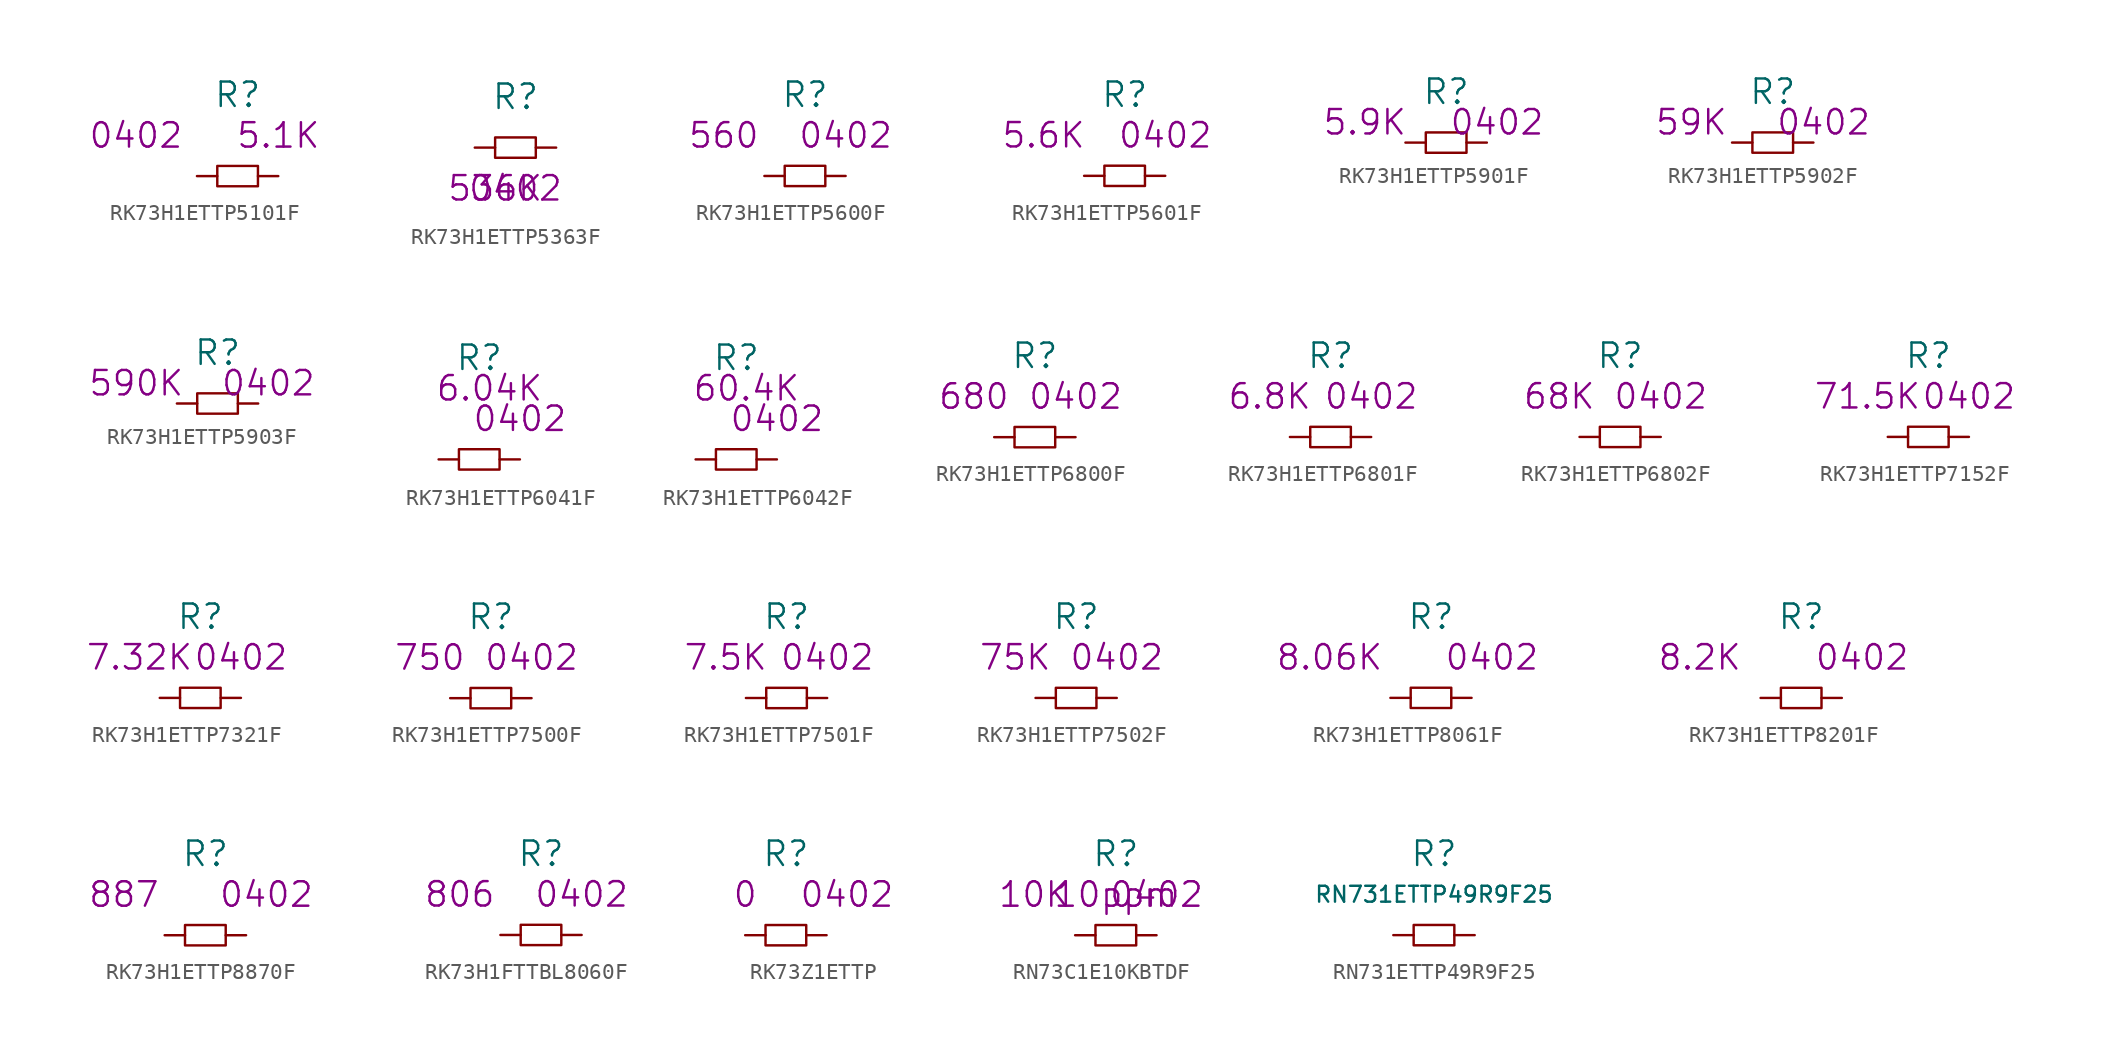
<source format=kicad_sym>
(kicad_symbol_lib
  (version 20220914)
  (generator kicad_symbol_editor)
  (symbol "RK73H1ETTP5101F"
    (pin_numbers hide)
    (pin_names
      (offset 1.016) hide)
    (property "Reference" "R"
      (at 0 5.08 0)
      (effects (font (size 1.524 1.524))))
    (property "Size" "0402"
      (at -6.35 2.54 0)
      (effects (font (size 1.524 1.524))))
    (property "Value2" "5.1K"
      (at 2.54 2.54 0)
      (effects (font (size 1.524 1.524))))
    (symbol "RK73H1ETTP5101F_0_1"
      (rectangle (start -1.27 0.635) (end 1.27 -0.635) (stroke (width 0) (type solid)) (fill (type none))))
    (symbol "RK73H1ETTP5101F_1_1"
      (pin passive line (at -2.54 0 0) (length 1.27) (name "1" (effects (font (size 1.27 1.27)))) (number "1" (effects (font (size 1.27 1.27)))))
      (pin passive line (at 2.54 0 180) (length 1.27) (name "2" (effects (font (size 1.27 1.27)))) (number "2" (effects (font (size 1.27 1.27)))))))
  (symbol "RK73H1ETTP5363F"
    (pin_numbers hide)
    (pin_names
      (offset 1.016) hide)
    (property "Reference" "R"
      (at 0 3.175 0)
      (effects (font (size 1.524 1.524))))
    (property "Value2" "536K"
      (at -1.27 -2.54 0)
      (effects (font (size 1.524 1.524))))
    (property "Size" "0402"
      (at 0 -2.54 0)
      (effects (font (size 1.524 1.524))))
    (symbol "RK73H1ETTP5363F_0_1"
      (rectangle (start -1.27 0.635) (end 1.27 -0.635) (stroke (width 0) (type solid)) (fill (type none))))
    (symbol "RK73H1ETTP5363F_1_1"
      (pin passive line (at -2.54 0 0) (length 1.27) (name "1" (effects (font (size 1.27 1.27)))) (number "1" (effects (font (size 1.27 1.27)))))
      (pin passive line (at 2.54 0 180) (length 1.27) (name "2" (effects (font (size 1.27 1.27)))) (number "2" (effects (font (size 1.27 1.27)))))))
  (symbol "RK73H1ETTP5600F"
    (pin_numbers hide)
    (pin_names
      (offset 1.016) hide)
    (property "Reference" "R"
      (at 0 5.08 0)
      (effects (font (size 1.524 1.524))))
    (property "Value2" "560"
      (at -5.08 2.54 0)
      (effects (font (size 1.524 1.524))))
    (property "Size" "0402"
      (at 2.54 2.54 0)
      (effects (font (size 1.524 1.524))))
    (symbol "RK73H1ETTP5600F_0_1"
      (rectangle (start -1.27 0.635) (end 1.27 -0.635) (stroke (width 0) (type solid)) (fill (type none))))
    (symbol "RK73H1ETTP5600F_1_1"
      (pin passive line (at -2.54 0 0) (length 1.27) (name "1" (effects (font (size 1.27 1.27)))) (number "1" (effects (font (size 1.27 1.27)))))
      (pin passive line (at 2.54 0 180) (length 1.27) (name "2" (effects (font (size 1.27 1.27)))) (number "2" (effects (font (size 1.27 1.27)))))))
  (symbol "RK73H1ETTP5601F"
    (pin_numbers hide)
    (pin_names
      (offset 1.016) hide)
    (property "Reference" "R"
      (at 0 5.08 0)
      (effects (font (size 1.524 1.524))))
    (property "Value2" "5.6K"
      (at -5.08 2.54 0)
      (effects (font (size 1.524 1.524))))
    (property "Size" "0402"
      (at 2.54 2.54 0)
      (effects (font (size 1.524 1.524))))
    (symbol "RK73H1ETTP5601F_0_1"
      (rectangle (start -1.27 0.635) (end 1.27 -0.635) (stroke (width 0) (type solid)) (fill (type none))))
    (symbol "RK73H1ETTP5601F_1_1"
      (pin passive line (at -2.54 0 0) (length 1.27) (name "1" (effects (font (size 1.27 1.27)))) (number "1" (effects (font (size 1.27 1.27)))))
      (pin passive line (at 2.54 0 180) (length 1.27) (name "2" (effects (font (size 1.27 1.27)))) (number "2" (effects (font (size 1.27 1.27)))))))
  (symbol "RK73H1ETTP5901F"
    (pin_numbers hide)
    (pin_names
      (offset 1.016) hide)
    (property "Reference" "R"
      (at 0 3.175 0)
      (effects (font (size 1.524 1.524))))
    (property "Value2" "5.9K"
      (at -5.08 1.27 0)
      (effects (font (size 1.524 1.524))))
    (property "Size" "0402"
      (at 3.175 1.27 0)
      (effects (font (size 1.524 1.524))))
    (symbol "RK73H1ETTP5901F_0_1"
      (rectangle (start -1.27 0.635) (end 1.27 -0.635) (stroke (width 0) (type solid)) (fill (type none))))
    (symbol "RK73H1ETTP5901F_1_1"
      (pin passive line (at -2.54 0 0) (length 1.27) (name "1" (effects (font (size 1.27 1.27)))) (number "1" (effects (font (size 1.27 1.27)))))
      (pin passive line (at 2.54 0 180) (length 1.27) (name "2" (effects (font (size 1.27 1.27)))) (number "2" (effects (font (size 1.27 1.27)))))))
  (symbol "RK73H1ETTP5902F"
    (pin_numbers hide)
    (pin_names
      (offset 1.016) hide)
    (property "Reference" "R"
      (at 0 3.175 0)
      (effects (font (size 1.524 1.524))))
    (property "Value2" "59K"
      (at -5.08 1.27 0)
      (effects (font (size 1.524 1.524))))
    (property "Size" "0402"
      (at 3.175 1.27 0)
      (effects (font (size 1.524 1.524))))
    (symbol "RK73H1ETTP5902F_0_1"
      (rectangle (start -1.27 0.635) (end 1.27 -0.635) (stroke (width 0) (type solid)) (fill (type none))))
    (symbol "RK73H1ETTP5902F_1_1"
      (pin passive line (at -2.54 0 0) (length 1.27) (name "1" (effects (font (size 1.27 1.27)))) (number "1" (effects (font (size 1.27 1.27)))))
      (pin passive line (at 2.54 0 180) (length 1.27) (name "2" (effects (font (size 1.27 1.27)))) (number "2" (effects (font (size 1.27 1.27)))))))
  (symbol "RK73H1ETTP5903F"
    (pin_numbers hide)
    (pin_names
      (offset 1.016) hide)
    (property "Reference" "R"
      (at 0 3.175 0)
      (effects (font (size 1.524 1.524))))
    (property "Value2" "590K"
      (at -5.08 1.27 0)
      (effects (font (size 1.524 1.524))))
    (property "Size" "0402"
      (at 3.175 1.27 0)
      (effects (font (size 1.524 1.524))))
    (symbol "RK73H1ETTP5903F_0_1"
      (rectangle (start -1.27 0.635) (end 1.27 -0.635) (stroke (width 0) (type solid)) (fill (type none))))
    (symbol "RK73H1ETTP5903F_1_1"
      (pin input line (at -2.54 0 0) (length 1.27) (name "1" (effects (font (size 1.27 1.27)))) (number "1" (effects (font (size 1.27 1.27)))))
      (pin input line (at 2.54 0 180) (length 1.27) (name "2" (effects (font (size 1.27 1.27)))) (number "2" (effects (font (size 1.27 1.27)))))))
  (symbol "RK73H1ETTP6041F"
    (pin_numbers hide)
    (pin_names
      (offset 1.016) hide)
    (property "Reference" "R"
      (at 0 6.35 0)
      (effects (font (size 1.524 1.524))))
    (property "Size" "0402"
      (at 2.54 2.54 0)
      (effects (font (size 1.524 1.524))))
    (property "Value2" "6.04K"
      (at 0.635 4.445 0)
      (effects (font (size 1.524 1.524))))
    (symbol "RK73H1ETTP6041F_0_1"
      (rectangle (start -1.27 0.635) (end 1.27 -0.635) (stroke (width 0) (type solid)) (fill (type none))))
    (symbol "RK73H1ETTP6041F_1_1"
      (pin passive line (at -2.54 0 0) (length 1.27) (name "1" (effects (font (size 1.27 1.27)))) (number "1" (effects (font (size 1.27 1.27)))))
      (pin passive line (at 2.54 0 180) (length 1.27) (name "2" (effects (font (size 1.27 1.27)))) (number "2" (effects (font (size 1.27 1.27)))))))
  (symbol "RK73H1ETTP6042F"
    (pin_numbers hide)
    (pin_names
      (offset 1.016) hide)
    (property "Reference" "R"
      (at 0 6.35 0)
      (effects (font (size 1.524 1.524))))
    (property "Size" "0402"
      (at 2.54 2.54 0)
      (effects (font (size 1.524 1.524))))
    (property "Value2" "60.4K"
      (at 0.635 4.445 0)
      (effects (font (size 1.524 1.524))))
    (symbol "RK73H1ETTP6042F_0_1"
      (rectangle (start -1.27 0.635) (end 1.27 -0.635) (stroke (width 0) (type solid)) (fill (type none))))
    (symbol "RK73H1ETTP6042F_1_1"
      (pin passive line (at -2.54 0 0) (length 1.27) (name "1" (effects (font (size 1.27 1.27)))) (number "1" (effects (font (size 1.27 1.27)))))
      (pin passive line (at 2.54 0 180) (length 1.27) (name "2" (effects (font (size 1.27 1.27)))) (number "2" (effects (font (size 1.27 1.27)))))))
  (symbol "RK73H1ETTP6800F"
    (pin_numbers hide)
    (pin_names
      (offset 1.016) hide)
    (property "Reference" "R"
      (at 0 5.08 0)
      (effects (font (size 1.524 1.524))))
    (property "Datasheet" ""
      (at 0 5.08 0)
      (effects (font (size 1.524 1.524))))
    (property "Size" "0402"
      (at 2.54 2.54 0)
      (effects (font (size 1.524 1.524))))
    (property "Value2" "680"
      (at -3.81 2.54 0)
      (effects (font (size 1.524 1.524))))
    (symbol "RK73H1ETTP6800F_0_1"
      (rectangle (start -1.27 0.635) (end 1.27 -0.635) (stroke (width 0) (type solid)) (fill (type none))))
    (symbol "RK73H1ETTP6800F_1_1"
      (pin passive line (at -2.54 0 0) (length 1.27) (name "1" (effects (font (size 1.27 1.27)))) (number "1" (effects (font (size 1.27 1.27)))))
      (pin passive line (at 2.54 0 180) (length 1.27) (name "2" (effects (font (size 1.27 1.27)))) (number "2" (effects (font (size 1.27 1.27)))))))
  (symbol "RK73H1ETTP6801F"
    (pin_numbers hide)
    (pin_names
      (offset 1.016) hide)
    (property "Reference" "R"
      (at 0 5.08 0)
      (effects (font (size 1.524 1.524))))
    (property "Datasheet" ""
      (at 0 5.08 0)
      (effects (font (size 1.524 1.524))))
    (property "Size" "0402"
      (at 2.54 2.54 0)
      (effects (font (size 1.524 1.524))))
    (property "Value2" "6.8K"
      (at -3.81 2.54 0)
      (effects (font (size 1.524 1.524))))
    (symbol "RK73H1ETTP6801F_0_1"
      (rectangle (start -1.27 0.635) (end 1.27 -0.635) (stroke (width 0) (type solid)) (fill (type none))))
    (symbol "RK73H1ETTP6801F_1_1"
      (pin passive line (at -2.54 0 0) (length 1.27) (name "1" (effects (font (size 1.27 1.27)))) (number "1" (effects (font (size 1.27 1.27)))))
      (pin passive line (at 2.54 0 180) (length 1.27) (name "2" (effects (font (size 1.27 1.27)))) (number "2" (effects (font (size 1.27 1.27)))))))
  (symbol "RK73H1ETTP6802F"
    (pin_numbers hide)
    (pin_names
      (offset 1.016) hide)
    (property "Reference" "R"
      (at 0 5.08 0)
      (effects (font (size 1.524 1.524))))
    (property "Datasheet" ""
      (at 0 5.08 0)
      (effects (font (size 1.524 1.524))))
    (property "Size" "0402"
      (at 2.54 2.54 0)
      (effects (font (size 1.524 1.524))))
    (property "Value2" "68K"
      (at -3.81 2.54 0)
      (effects (font (size 1.524 1.524))))
    (symbol "RK73H1ETTP6802F_0_1"
      (rectangle (start -1.27 0.635) (end 1.27 -0.635) (stroke (width 0) (type solid)) (fill (type none))))
    (symbol "RK73H1ETTP6802F_1_1"
      (pin passive line (at -2.54 0 0) (length 1.27) (name "1" (effects (font (size 1.27 1.27)))) (number "1" (effects (font (size 1.27 1.27)))))
      (pin passive line (at 2.54 0 180) (length 1.27) (name "2" (effects (font (size 1.27 1.27)))) (number "2" (effects (font (size 1.27 1.27)))))))
  (symbol "RK73H1ETTP7152F"
    (pin_numbers hide)
    (pin_names
      (offset 1.016) hide)
    (property "Reference" "R"
      (at 0 5.08 0)
      (effects (font (size 1.524 1.524))))
    (property "Datasheet" ""
      (at 0 5.08 0)
      (effects (font (size 1.524 1.524))))
    (property "Size" "0402"
      (at 2.54 2.54 0)
      (effects (font (size 1.524 1.524))))
    (property "Value2" "71.5K"
      (at -3.81 2.54 0)
      (effects (font (size 1.524 1.524))))
    (symbol "RK73H1ETTP7152F_0_1"
      (rectangle (start -1.27 0.635) (end 1.27 -0.635) (stroke (width 0) (type solid)) (fill (type none))))
    (symbol "RK73H1ETTP7152F_1_1"
      (pin passive line (at -2.54 0 0) (length 1.27) (name "1" (effects (font (size 1.27 1.27)))) (number "1" (effects (font (size 1.27 1.27)))))
      (pin passive line (at 2.54 0 180) (length 1.27) (name "2" (effects (font (size 1.27 1.27)))) (number "2" (effects (font (size 1.27 1.27)))))))
  (symbol "RK73H1ETTP7321F"
    (pin_numbers hide)
    (pin_names
      (offset 1.016) hide)
    (property "Reference" "R"
      (at 0 5.08 0)
      (effects (font (size 1.524 1.524))))
    (property "Datasheet" ""
      (at 0 5.08 0)
      (effects (font (size 1.524 1.524))))
    (property "Value2" "7.32K"
      (at -3.81 2.54 0)
      (effects (font (size 1.524 1.524))))
    (property "Size" "0402"
      (at 2.54 2.54 0)
      (effects (font (size 1.524 1.524))))
    (symbol "RK73H1ETTP7321F_0_1"
      (rectangle (start -1.27 0.635) (end 1.27 -0.635) (stroke (width 0) (type solid)) (fill (type none))))
    (symbol "RK73H1ETTP7321F_1_1"
      (pin passive line (at -2.54 0 0) (length 1.27) (name "1" (effects (font (size 1.27 1.27)))) (number "1" (effects (font (size 1.27 1.27)))))
      (pin passive line (at 2.54 0 180) (length 1.27) (name "2" (effects (font (size 1.27 1.27)))) (number "2" (effects (font (size 1.27 1.27)))))))
  (symbol "RK73H1ETTP7500F"
    (pin_numbers hide)
    (pin_names
      (offset 1.016) hide)
    (property "Reference" "R"
      (at 0 5.08 0)
      (effects (font (size 1.524 1.524))))
    (property "Footprint" ""
      (at 0 0 0)
      (effects (font (size 1.524 1.524))))
    (property "Datasheet" ""
      (at 0 5.08 0)
      (effects (font (size 1.524 1.524))))
    (property "Value2" "750"
      (at -3.81 2.54 0)
      (effects (font (size 1.524 1.524))))
    (property "Size" "0402"
      (at 2.54 2.54 0)
      (effects (font (size 1.524 1.524))))
    (symbol "RK73H1ETTP7500F_0_1"
      (rectangle (start -1.27 0.635) (end 1.27 -0.635) (stroke (width 0) (type solid)) (fill (type none))))
    (symbol "RK73H1ETTP7500F_1_1"
      (pin passive line (at -2.54 0 0) (length 1.27) (name "1" (effects (font (size 1.27 1.27)))) (number "1" (effects (font (size 1.27 1.27)))))
      (pin passive line (at 2.54 0 180) (length 1.27) (name "2" (effects (font (size 1.27 1.27)))) (number "2" (effects (font (size 1.27 1.27)))))))
  (symbol "RK73H1ETTP7501F"
    (pin_numbers hide)
    (pin_names
      (offset 1.016) hide)
    (property "Reference" "R"
      (at 0 5.08 0)
      (effects (font (size 1.524 1.524))))
    (property "Datasheet" ""
      (at 0 5.08 0)
      (effects (font (size 1.524 1.524))))
    (property "Value2" "7.5K"
      (at -3.81 2.54 0)
      (effects (font (size 1.524 1.524))))
    (property "Size" "0402"
      (at 2.54 2.54 0)
      (effects (font (size 1.524 1.524))))
    (symbol "RK73H1ETTP7501F_0_1"
      (rectangle (start -1.27 0.635) (end 1.27 -0.635) (stroke (width 0) (type solid)) (fill (type none))))
    (symbol "RK73H1ETTP7501F_1_1"
      (pin passive line (at -2.54 0 0) (length 1.27) (name "1" (effects (font (size 1.27 1.27)))) (number "1" (effects (font (size 1.27 1.27)))))
      (pin passive line (at 2.54 0 180) (length 1.27) (name "2" (effects (font (size 1.27 1.27)))) (number "2" (effects (font (size 1.27 1.27)))))))
  (symbol "RK73H1ETTP7502F"
    (pin_numbers hide)
    (pin_names
      (offset 1.016) hide)
    (property "Reference" "R"
      (at 0 5.08 0)
      (effects (font (size 1.524 1.524))))
    (property "Datasheet" ""
      (at 0 5.08 0)
      (effects (font (size 1.524 1.524))))
    (property "Value2" "75K"
      (at -3.81 2.54 0)
      (effects (font (size 1.524 1.524))))
    (property "Size" "0402"
      (at 2.54 2.54 0)
      (effects (font (size 1.524 1.524))))
    (symbol "RK73H1ETTP7502F_0_1"
      (rectangle (start -1.27 0.635) (end 1.27 -0.635) (stroke (width 0) (type solid)) (fill (type none))))
    (symbol "RK73H1ETTP7502F_1_1"
      (pin passive line (at -2.54 0 0) (length 1.27) (name "1" (effects (font (size 1.27 1.27)))) (number "1" (effects (font (size 1.27 1.27)))))
      (pin passive line (at 2.54 0 180) (length 1.27) (name "2" (effects (font (size 1.27 1.27)))) (number "2" (effects (font (size 1.27 1.27)))))))
  (symbol "RK73H1ETTP8061F"
    (pin_numbers hide)
    (pin_names
      (offset 1.016) hide)
    (property "Reference" "R"
      (at 0 5.08 0)
      (effects (font (size 1.524 1.524))))
    (property "Datasheet" ""
      (at 0 0 0)
      (effects (font (size 1.524 1.524))))
    (property "Value2" "8.06K"
      (at -6.35 2.54 0)
      (effects (font (size 1.524 1.524))))
    (property "Size" "0402"
      (at 3.81 2.54 0)
      (effects (font (size 1.524 1.524))))
    (symbol "RK73H1ETTP8061F_0_1"
      (rectangle (start -1.27 0.635) (end 1.27 -0.635) (stroke (width 0) (type solid)) (fill (type none))))
    (symbol "RK73H1ETTP8061F_1_1"
      (pin passive line (at -2.54 0 0) (length 1.27) (name "1" (effects (font (size 1.27 1.27)))) (number "1" (effects (font (size 1.27 1.27)))))
      (pin passive line (at 2.54 0 180) (length 1.27) (name "2" (effects (font (size 1.27 1.27)))) (number "2" (effects (font (size 1.27 1.27)))))))
  (symbol "RK73H1ETTP8201F"
    (pin_numbers hide)
    (pin_names
      (offset 1.016) hide)
    (property "Reference" "R"
      (at 0 5.08 0)
      (effects (font (size 1.524 1.524))))
    (property "Datasheet" ""
      (at 0 0 0)
      (effects (font (size 1.524 1.524))))
    (property "Value2" "8.2K"
      (at -6.35 2.54 0)
      (effects (font (size 1.524 1.524))))
    (property "Size" "0402"
      (at 3.81 2.54 0)
      (effects (font (size 1.524 1.524))))
    (symbol "RK73H1ETTP8201F_0_1"
      (rectangle (start -1.27 0.635) (end 1.27 -0.635) (stroke (width 0) (type solid)) (fill (type none))))
    (symbol "RK73H1ETTP8201F_1_1"
      (pin passive line (at -2.54 0 0) (length 1.27) (name "1" (effects (font (size 1.27 1.27)))) (number "1" (effects (font (size 1.27 1.27)))))
      (pin passive line (at 2.54 0 180) (length 1.27) (name "2" (effects (font (size 1.27 1.27)))) (number "2" (effects (font (size 1.27 1.27)))))))
  (symbol "RK73H1ETTP8870F"
    (pin_numbers hide)
    (pin_names
      (offset 1.016) hide)
    (property "Reference" "R"
      (at 0 5.08 0)
      (effects (font (size 1.524 1.524))))
    (property "Datasheet" ""
      (at 0 5.08 0)
      (effects (font (size 1.524 1.524))))
    (property "Value2" "887"
      (at -5.08 2.54 0)
      (effects (font (size 1.524 1.524))))
    (property "Size" "0402"
      (at 3.81 2.54 0)
      (effects (font (size 1.524 1.524))))
    (symbol "RK73H1ETTP8870F_0_1"
      (rectangle (start -1.27 0.635) (end 1.27 -0.635) (stroke (width 0) (type solid)) (fill (type none))))
    (symbol "RK73H1ETTP8870F_1_1"
      (pin passive line (at -2.54 0 0) (length 1.27) (name "1" (effects (font (size 1.27 1.27)))) (number "1" (effects (font (size 1.27 1.27)))))
      (pin passive line (at 2.54 0 180) (length 1.27) (name "2" (effects (font (size 1.27 1.27)))) (number "2" (effects (font (size 1.27 1.27)))))))
  (symbol "RK73H1FTTBL8060F"
    (pin_numbers hide)
    (pin_names
      (offset 1.016) hide)
    (property "Reference" "R"
      (at 0 5.08 0)
      (effects (font (size 1.524 1.524))))
    (property "Datasheet" ""
      (at 0 5.08 0)
      (effects (font (size 1.524 1.524))))
    (property "Value2" "806"
      (at -5.08 2.54 0)
      (effects (font (size 1.524 1.524))))
    (property "Size" "0402"
      (at 2.54 2.54 0)
      (effects (font (size 1.524 1.524))))
    (symbol "RK73H1FTTBL8060F_0_1"
      (rectangle (start -1.27 0.635) (end 1.27 -0.635) (stroke (width 0) (type solid)) (fill (type none))))
    (symbol "RK73H1FTTBL8060F_1_1"
      (pin passive line (at -2.54 0 0) (length 1.27) (name "1" (effects (font (size 1.27 1.27)))) (number "1" (effects (font (size 1.27 1.27)))))
      (pin passive line (at 2.54 0 180) (length 1.27) (name "2" (effects (font (size 1.27 1.27)))) (number "2" (effects (font (size 1.27 1.27)))))))
  (symbol "RK73Z1ETTP"
    (pin_numbers hide)
    (pin_names
      (offset 1.016) hide)
    (property "Reference" "R"
      (at 0 5.08 0)
      (effects (font (size 1.524 1.524))))
    (property "Datasheet" ""
      (at 0 5.08 0)
      (effects (font (size 1.524 1.524))))
    (property "Size" "0402"
      (at 3.81 2.54 0)
      (effects (font (size 1.524 1.524))))
    (property "Value2" "0"
      (at -2.54 2.54 0)
      (effects (font (size 1.524 1.524))))
    (symbol "RK73Z1ETTP_0_1"
      (rectangle (start -1.27 0.635) (end 1.27 -0.635) (stroke (width 0) (type solid)) (fill (type none))))
    (symbol "RK73Z1ETTP_1_1"
      (pin passive line (at -2.54 0 0) (length 1.27) (name "1" (effects (font (size 1.27 1.27)))) (number "1" (effects (font (size 1.27 1.27)))))
      (pin passive line (at 2.54 0 180) (length 1.27) (name "2" (effects (font (size 1.27 1.27)))) (number "2" (effects (font (size 1.27 1.27)))))))
  (symbol "RN73C1E10KBTDF"
    (pin_numbers hide)
    (pin_names
      (offset 1.016) hide)
    (property "Reference" "R"
      (at 0 5.08 0)
      (effects (font (size 1.524 1.524))))
    (property "Value2" "10K"
      (at -5.08 2.54 0)
      (effects (font (size 1.524 1.524))))
    (property "Size" "0402"
      (at 2.54 2.54 0)
      (effects (font (size 1.524 1.524))))
    (property "Drift" "10ppm"
      (at 0 2.54 0)
      (effects (font (size 1.524 1.524))))
    (symbol "RN73C1E10KBTDF_0_1"
      (rectangle (start -1.27 0.635) (end 1.27 -0.635) (stroke (width 0) (type solid)) (fill (type none))))
    (symbol "RN73C1E10KBTDF_1_1"
      (pin passive line (at -2.54 0 0) (length 1.27) (name "1" (effects (font (size 1.27 1.27)))) (number "1" (effects (font (size 1.27 1.27)))))
      (pin passive line (at 2.54 0 180) (length 1.27) (name "2" (effects (font (size 1.27 1.27)))) (number "2" (effects (font (size 1.27 1.27)))))))
  (symbol "RN731ETTP49R9F25"
    (pin_numbers hide)
    (pin_names
      (offset 1.016) hide)
    (property "Reference" "R"
      (at 0 5.08 0)
      (effects (font (size 1.524 1.524))))
    (property "Value" "RN731ETTP49R9F25"
      (at 0 2.54 0)
      (effects (font (size 0.991 0.991))))
    (property "Footprint" ""
      (at 0 0 0)
      (effects (font (size 1.524 1.524))))
    (property "Datasheet" ""
      (at 0 0 0)
      (effects (font (size 1.524 1.524))))
    (symbol "RN731ETTP49R9F25_0_1"
      (rectangle (start -1.27 0.635) (end 1.27 -0.635) (stroke (width 0) (type solid)) (fill (type none))))
    (symbol "RN731ETTP49R9F25_1_1"
      (pin input line (at -2.54 0 0) (length 1.27) (name "1" (effects (font (size 1.27 1.27)))) (number "1" (effects (font (size 1.27 1.27)))))
      (pin input line (at 2.54 0 180) (length 1.27) (name "2" (effects (font (size 1.27 1.27)))) (number "2" (effects (font (size 1.27 1.27))))))))
</source>
